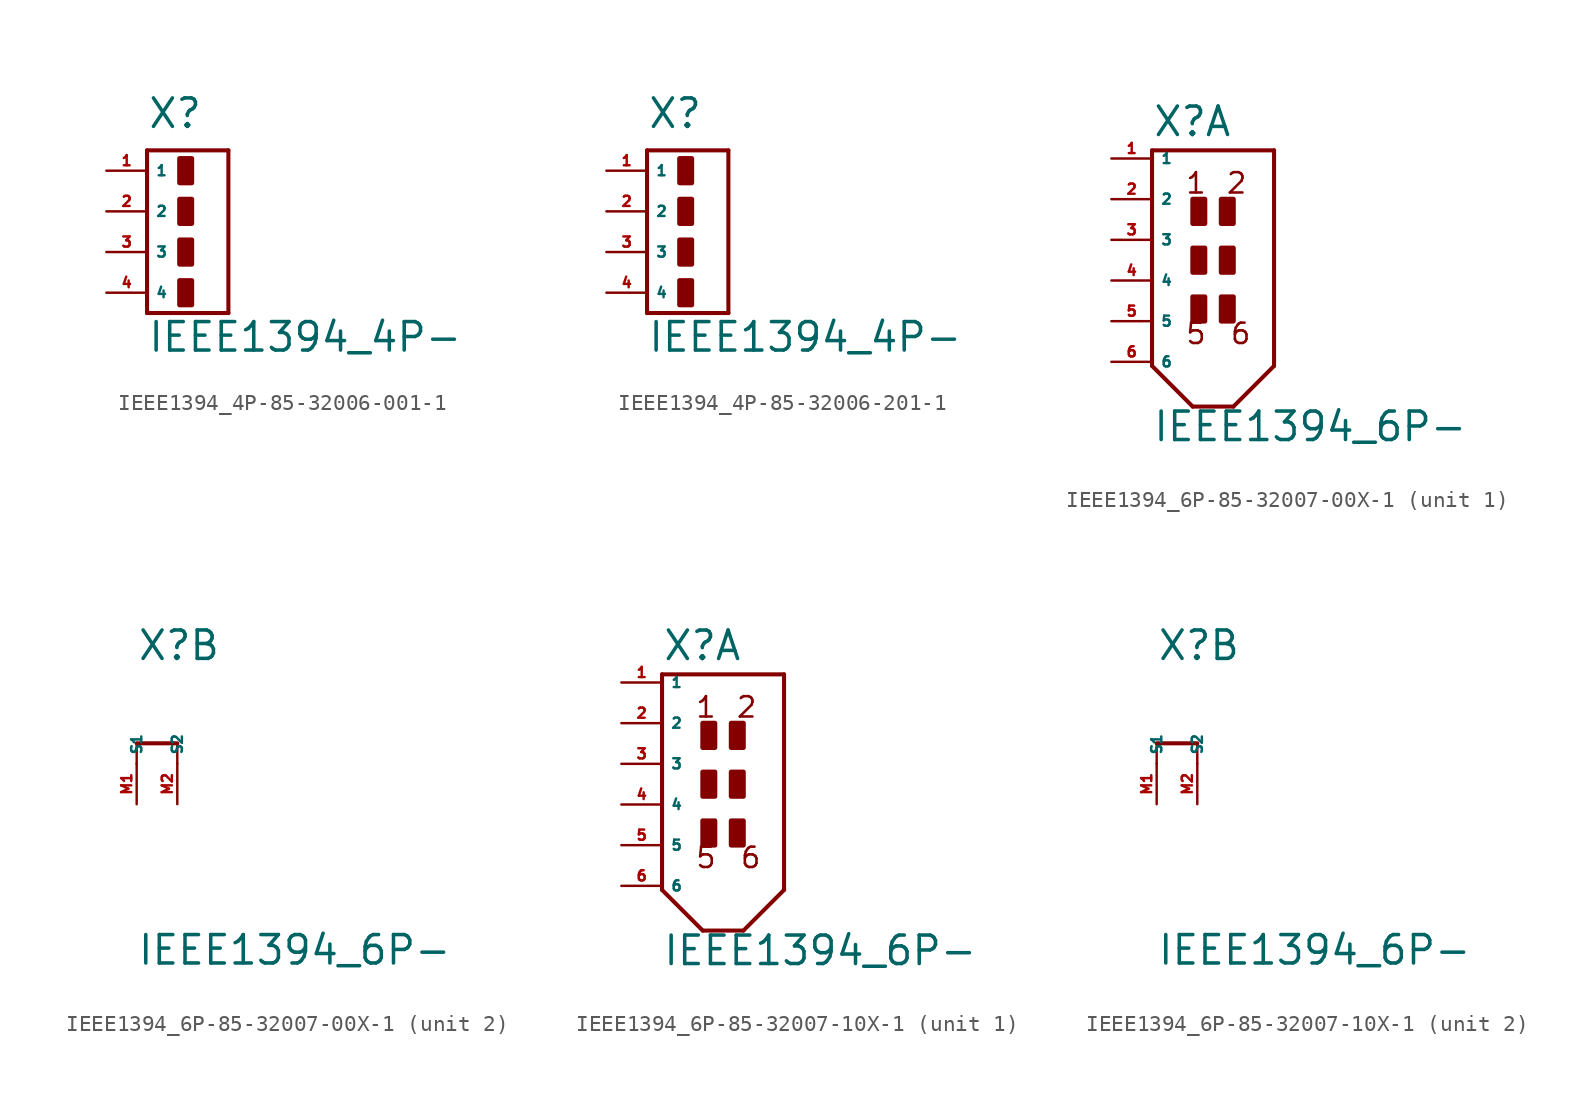
<source format=kicad_sym>
(kicad_symbol_lib
  (version 20220914)
  (generator Eagle2Kicad)
  (symbol "IEEE1394_4P-85-32006-001-1"
    (property "Reference" "X"
      (at -2.54 5.08 0)
      (effects (font (size 1.778 1.778) (thickness 0.22)) (justify left bottom)))
    (property "Value" "IEEE1394_4P-"
      (at -2.54 -8.89 0)
      (effects (font (size 1.778 1.778) (thickness 0.22)) (justify left bottom)))
    (polyline
      (pts (xy -2.54 -6.35) (xy 2.54 -6.35))
      (stroke (width 0.254) (type default))
      (fill (type none)))
    (polyline
      (pts (xy 2.54 -6.35) (xy 2.54 3.81))
      (stroke (width 0.254) (type default))
      (fill (type none)))
    (polyline
      (pts (xy 2.54 3.81) (xy -2.54 3.81))
      (stroke (width 0.254) (type default))
      (fill (type none)))
    (polyline
      (pts (xy -2.54 3.81) (xy -2.54 -6.35))
      (stroke (width 0.254) (type default))
      (fill (type none)))
    (rectangle
      (start -0.508 1.778)
      (end 0.254 3.302)
      (stroke (width 0.3) (type default))
      (fill (type outline)))
    (rectangle
      (start -0.508 -0.762)
      (end 0.254 0.762)
      (stroke (width 0.3) (type default))
      (fill (type outline)))
    (rectangle
      (start -0.508 -3.302)
      (end 0.254 -1.778)
      (stroke (width 0.3) (type default))
      (fill (type outline)))
    (rectangle
      (start -0.508 -5.842)
      (end 0.254 -4.318)
      (stroke (width 0.3) (type default))
      (fill (type outline)))
    (pin passive line
      (at -5.08 2.54 0)
      (length 2.54)
      (name "1" (effects (font (size 0.635 0.635) (thickness 0.08)) (justify left bottom)))
      (number "1" (effects (font (size 0.635 0.635) (thickness 0.08)) (justify left bottom))))
    (pin passive line
      (at -5.08 0 0)
      (length 2.54)
      (name "2" (effects (font (size 0.635 0.635) (thickness 0.08)) (justify left bottom)))
      (number "2" (effects (font (size 0.635 0.635) (thickness 0.08)) (justify left bottom))))
    (pin passive line
      (at -5.08 -2.54 0)
      (length 2.54)
      (name "3" (effects (font (size 0.635 0.635) (thickness 0.08)) (justify left bottom)))
      (number "3" (effects (font (size 0.635 0.635) (thickness 0.08)) (justify left bottom))))
    (pin passive line
      (at -5.08 -5.08 0)
      (length 2.54)
      (name "4" (effects (font (size 0.635 0.635) (thickness 0.08)) (justify left bottom)))
      (number "4" (effects (font (size 0.635 0.635) (thickness 0.08)) (justify left bottom)))))
  (symbol "IEEE1394_4P-85-32006-201-1"
    (property "Reference" "X"
      (at -2.54 5.08 0)
      (effects (font (size 1.778 1.778) (thickness 0.22)) (justify left bottom)))
    (property "Value" "IEEE1394_4P-"
      (at -2.54 -8.89 0)
      (effects (font (size 1.778 1.778) (thickness 0.22)) (justify left bottom)))
    (polyline
      (pts (xy -2.54 -6.35) (xy 2.54 -6.35))
      (stroke (width 0.254) (type default))
      (fill (type none)))
    (polyline
      (pts (xy 2.54 -6.35) (xy 2.54 3.81))
      (stroke (width 0.254) (type default))
      (fill (type none)))
    (polyline
      (pts (xy 2.54 3.81) (xy -2.54 3.81))
      (stroke (width 0.254) (type default))
      (fill (type none)))
    (polyline
      (pts (xy -2.54 3.81) (xy -2.54 -6.35))
      (stroke (width 0.254) (type default))
      (fill (type none)))
    (rectangle
      (start -0.508 1.778)
      (end 0.254 3.302)
      (stroke (width 0.3) (type default))
      (fill (type outline)))
    (rectangle
      (start -0.508 -0.762)
      (end 0.254 0.762)
      (stroke (width 0.3) (type default))
      (fill (type outline)))
    (rectangle
      (start -0.508 -3.302)
      (end 0.254 -1.778)
      (stroke (width 0.3) (type default))
      (fill (type outline)))
    (rectangle
      (start -0.508 -5.842)
      (end 0.254 -4.318)
      (stroke (width 0.3) (type default))
      (fill (type outline)))
    (pin passive line
      (at -5.08 2.54 0)
      (length 2.54)
      (name "1" (effects (font (size 0.635 0.635) (thickness 0.08)) (justify left bottom)))
      (number "1" (effects (font (size 0.635 0.635) (thickness 0.08)) (justify left bottom))))
    (pin passive line
      (at -5.08 0 0)
      (length 2.54)
      (name "2" (effects (font (size 0.635 0.635) (thickness 0.08)) (justify left bottom)))
      (number "2" (effects (font (size 0.635 0.635) (thickness 0.08)) (justify left bottom))))
    (pin passive line
      (at -5.08 -2.54 0)
      (length 2.54)
      (name "3" (effects (font (size 0.635 0.635) (thickness 0.08)) (justify left bottom)))
      (number "3" (effects (font (size 0.635 0.635) (thickness 0.08)) (justify left bottom))))
    (pin passive line
      (at -5.08 -5.08 0)
      (length 2.54)
      (name "4" (effects (font (size 0.635 0.635) (thickness 0.08)) (justify left bottom)))
      (number "4" (effects (font (size 0.635 0.635) (thickness 0.08)) (justify left bottom)))))
  (symbol "IEEE1394_6P-85-32007-00X-1"
    (property "Reference" "X"
      (at -2.54 6.35 0)
      (effects (font (size 1.778 1.778) (thickness 0.22)) (justify left bottom)))
    (property "Value" "IEEE1394_6P-"
      (at -2.54 -12.7 0)
      (effects (font (size 1.778 1.778) (thickness 0.22)) (justify left bottom)))
    (symbol "IEEE1394_6P-85-32007-00X-1_1_0"
      (polyline (pts (xy 5.08 5.588) (xy -2.54 5.588)) (stroke (width 0.254) (type default)) (fill (type none)))
      (polyline (pts (xy -2.54 5.588) (xy -2.54 -7.874)) (stroke (width 0.254) (type default)) (fill (type none)))
      (polyline (pts (xy -2.54 -7.874) (xy 0 -10.414)) (stroke (width 0.254) (type default)) (fill (type none)))
      (polyline (pts (xy 0 -10.414) (xy 2.54 -10.414)) (stroke (width 0.254) (type default)) (fill (type none)))
      (polyline (pts (xy 2.54 -10.414) (xy 5.08 -7.874)) (stroke (width 0.254) (type default)) (fill (type none)))
      (polyline (pts (xy 5.08 -7.874) (xy 5.08 5.588)) (stroke (width 0.254) (type default)) (fill (type none)))
      (text "1" (at -0.508 2.794 0) (effects (font (size 1.27 1.27) (thickness 0.16)) (justify left bottom)))
      (text "2" (at 2.032 2.794 0) (effects (font (size 1.27 1.27) (thickness 0.16)) (justify left bottom)))
      (text "5" (at -0.508 -6.604 0) (effects (font (size 1.27 1.27) (thickness 0.16)) (justify left bottom)))
      (text "6" (at 2.286 -6.604 0) (effects (font (size 1.27 1.27) (thickness 0.16)) (justify left bottom)))
      (rectangle (start 0 1.016) (end 0.762 2.54) (stroke (width 0.3) (type default)) (fill (type outline)))
      (rectangle (start 0 -2.032) (end 0.762 -0.508) (stroke (width 0.3) (type default)) (fill (type outline)))
      (rectangle (start 0 -5.08) (end 0.762 -3.556) (stroke (width 0.3) (type default)) (fill (type outline)))
      (rectangle (start 1.778 1.016) (end 2.54 2.54) (stroke (width 0.3) (type default)) (fill (type outline)))
      (rectangle (start 1.778 -2.032) (end 2.54 -0.508) (stroke (width 0.3) (type default)) (fill (type outline)))
      (rectangle (start 1.778 -5.08) (end 2.54 -3.556) (stroke (width 0.3) (type default)) (fill (type outline)))
      (pin passive line (at -5.08 5.08 0) (length 2.54) (name "1" (effects (font (size 0.635 0.635) (thickness 0.08)) (justify left bottom))) (number "1" (effects (font (size 0.635 0.635) (thickness 0.08)) (justify left bottom))))
      (pin passive line (at -5.08 2.54 0) (length 2.54) (name "2" (effects (font (size 0.635 0.635) (thickness 0.08)) (justify left bottom))) (number "2" (effects (font (size 0.635 0.635) (thickness 0.08)) (justify left bottom))))
      (pin passive line (at -5.08 0 0) (length 2.54) (name "3" (effects (font (size 0.635 0.635) (thickness 0.08)) (justify left bottom))) (number "3" (effects (font (size 0.635 0.635) (thickness 0.08)) (justify left bottom))))
      (pin passive line (at -5.08 -2.54 0) (length 2.54) (name "4" (effects (font (size 0.635 0.635) (thickness 0.08)) (justify left bottom))) (number "4" (effects (font (size 0.635 0.635) (thickness 0.08)) (justify left bottom))))
      (pin passive line (at -5.08 -5.08 0) (length 2.54) (name "5" (effects (font (size 0.635 0.635) (thickness 0.08)) (justify left bottom))) (number "5" (effects (font (size 0.635 0.635) (thickness 0.08)) (justify left bottom))))
      (pin passive line (at -5.08 -7.62 0) (length 2.54) (name "6" (effects (font (size 0.635 0.635) (thickness 0.08)) (justify left bottom))) (number "6" (effects (font (size 0.635 0.635) (thickness 0.08)) (justify left bottom)))))
    (symbol "IEEE1394_6P-85-32007-00X-1_2_0"
      (polyline (pts (xy -2.54 1.27) (xy 0 1.27)) (stroke (width 0.254) (type dash)) (fill (type none)))
      (polyline (pts (xy -2.54 0) (xy -2.54 1.27)) (stroke (width 0.152) (type default)) (fill (type none)))
      (polyline (pts (xy 0 0) (xy 0 1.27)) (stroke (width 0.152) (type default)) (fill (type none)))
      (pin passive line (at -2.54 -2.54 90) (length 2.54) (name "S1" (effects (font (size 0.635 0.635) (thickness 0.08)) (justify left bottom))) (number "M1" (effects (font (size 0.635 0.635) (thickness 0.08)) (justify left bottom))))
      (pin passive line (at 0 -2.54 90) (length 2.54) (name "S2" (effects (font (size 0.635 0.635) (thickness 0.08)) (justify left bottom))) (number "M2" (effects (font (size 0.635 0.635) (thickness 0.08)) (justify left bottom))))))
  (symbol "IEEE1394_6P-85-32007-10X-1"
    (property "Reference" "X"
      (at -2.54 6.35 0)
      (effects (font (size 1.778 1.778) (thickness 0.22)) (justify left bottom)))
    (property "Value" "IEEE1394_6P-"
      (at -2.54 -12.7 0)
      (effects (font (size 1.778 1.778) (thickness 0.22)) (justify left bottom)))
    (symbol "IEEE1394_6P-85-32007-10X-1_1_0"
      (polyline (pts (xy 5.08 5.588) (xy -2.54 5.588)) (stroke (width 0.254) (type default)) (fill (type none)))
      (polyline (pts (xy -2.54 5.588) (xy -2.54 -7.874)) (stroke (width 0.254) (type default)) (fill (type none)))
      (polyline (pts (xy -2.54 -7.874) (xy 0 -10.414)) (stroke (width 0.254) (type default)) (fill (type none)))
      (polyline (pts (xy 0 -10.414) (xy 2.54 -10.414)) (stroke (width 0.254) (type default)) (fill (type none)))
      (polyline (pts (xy 2.54 -10.414) (xy 5.08 -7.874)) (stroke (width 0.254) (type default)) (fill (type none)))
      (polyline (pts (xy 5.08 -7.874) (xy 5.08 5.588)) (stroke (width 0.254) (type default)) (fill (type none)))
      (text "1" (at -0.508 2.794 0) (effects (font (size 1.27 1.27) (thickness 0.16)) (justify left bottom)))
      (text "2" (at 2.032 2.794 0) (effects (font (size 1.27 1.27) (thickness 0.16)) (justify left bottom)))
      (text "5" (at -0.508 -6.604 0) (effects (font (size 1.27 1.27) (thickness 0.16)) (justify left bottom)))
      (text "6" (at 2.286 -6.604 0) (effects (font (size 1.27 1.27) (thickness 0.16)) (justify left bottom)))
      (rectangle (start 0 1.016) (end 0.762 2.54) (stroke (width 0.3) (type default)) (fill (type outline)))
      (rectangle (start 0 -2.032) (end 0.762 -0.508) (stroke (width 0.3) (type default)) (fill (type outline)))
      (rectangle (start 0 -5.08) (end 0.762 -3.556) (stroke (width 0.3) (type default)) (fill (type outline)))
      (rectangle (start 1.778 1.016) (end 2.54 2.54) (stroke (width 0.3) (type default)) (fill (type outline)))
      (rectangle (start 1.778 -2.032) (end 2.54 -0.508) (stroke (width 0.3) (type default)) (fill (type outline)))
      (rectangle (start 1.778 -5.08) (end 2.54 -3.556) (stroke (width 0.3) (type default)) (fill (type outline)))
      (pin passive line (at -5.08 5.08 0) (length 2.54) (name "1" (effects (font (size 0.635 0.635) (thickness 0.08)) (justify left bottom))) (number "1" (effects (font (size 0.635 0.635) (thickness 0.08)) (justify left bottom))))
      (pin passive line (at -5.08 2.54 0) (length 2.54) (name "2" (effects (font (size 0.635 0.635) (thickness 0.08)) (justify left bottom))) (number "2" (effects (font (size 0.635 0.635) (thickness 0.08)) (justify left bottom))))
      (pin passive line (at -5.08 0 0) (length 2.54) (name "3" (effects (font (size 0.635 0.635) (thickness 0.08)) (justify left bottom))) (number "3" (effects (font (size 0.635 0.635) (thickness 0.08)) (justify left bottom))))
      (pin passive line (at -5.08 -2.54 0) (length 2.54) (name "4" (effects (font (size 0.635 0.635) (thickness 0.08)) (justify left bottom))) (number "4" (effects (font (size 0.635 0.635) (thickness 0.08)) (justify left bottom))))
      (pin passive line (at -5.08 -5.08 0) (length 2.54) (name "5" (effects (font (size 0.635 0.635) (thickness 0.08)) (justify left bottom))) (number "5" (effects (font (size 0.635 0.635) (thickness 0.08)) (justify left bottom))))
      (pin passive line (at -5.08 -7.62 0) (length 2.54) (name "6" (effects (font (size 0.635 0.635) (thickness 0.08)) (justify left bottom))) (number "6" (effects (font (size 0.635 0.635) (thickness 0.08)) (justify left bottom)))))
    (symbol "IEEE1394_6P-85-32007-10X-1_2_0"
      (polyline (pts (xy -2.54 1.27) (xy 0 1.27)) (stroke (width 0.254) (type dash)) (fill (type none)))
      (polyline (pts (xy -2.54 0) (xy -2.54 1.27)) (stroke (width 0.152) (type default)) (fill (type none)))
      (polyline (pts (xy 0 0) (xy 0 1.27)) (stroke (width 0.152) (type default)) (fill (type none)))
      (pin passive line (at -2.54 -2.54 90) (length 2.54) (name "S1" (effects (font (size 0.635 0.635) (thickness 0.08)) (justify left bottom))) (number "M1" (effects (font (size 0.635 0.635) (thickness 0.08)) (justify left bottom))))
      (pin passive line (at 0 -2.54 90) (length 2.54) (name "S2" (effects (font (size 0.635 0.635) (thickness 0.08)) (justify left bottom))) (number "M2" (effects (font (size 0.635 0.635) (thickness 0.08)) (justify left bottom)))))))
</source>
